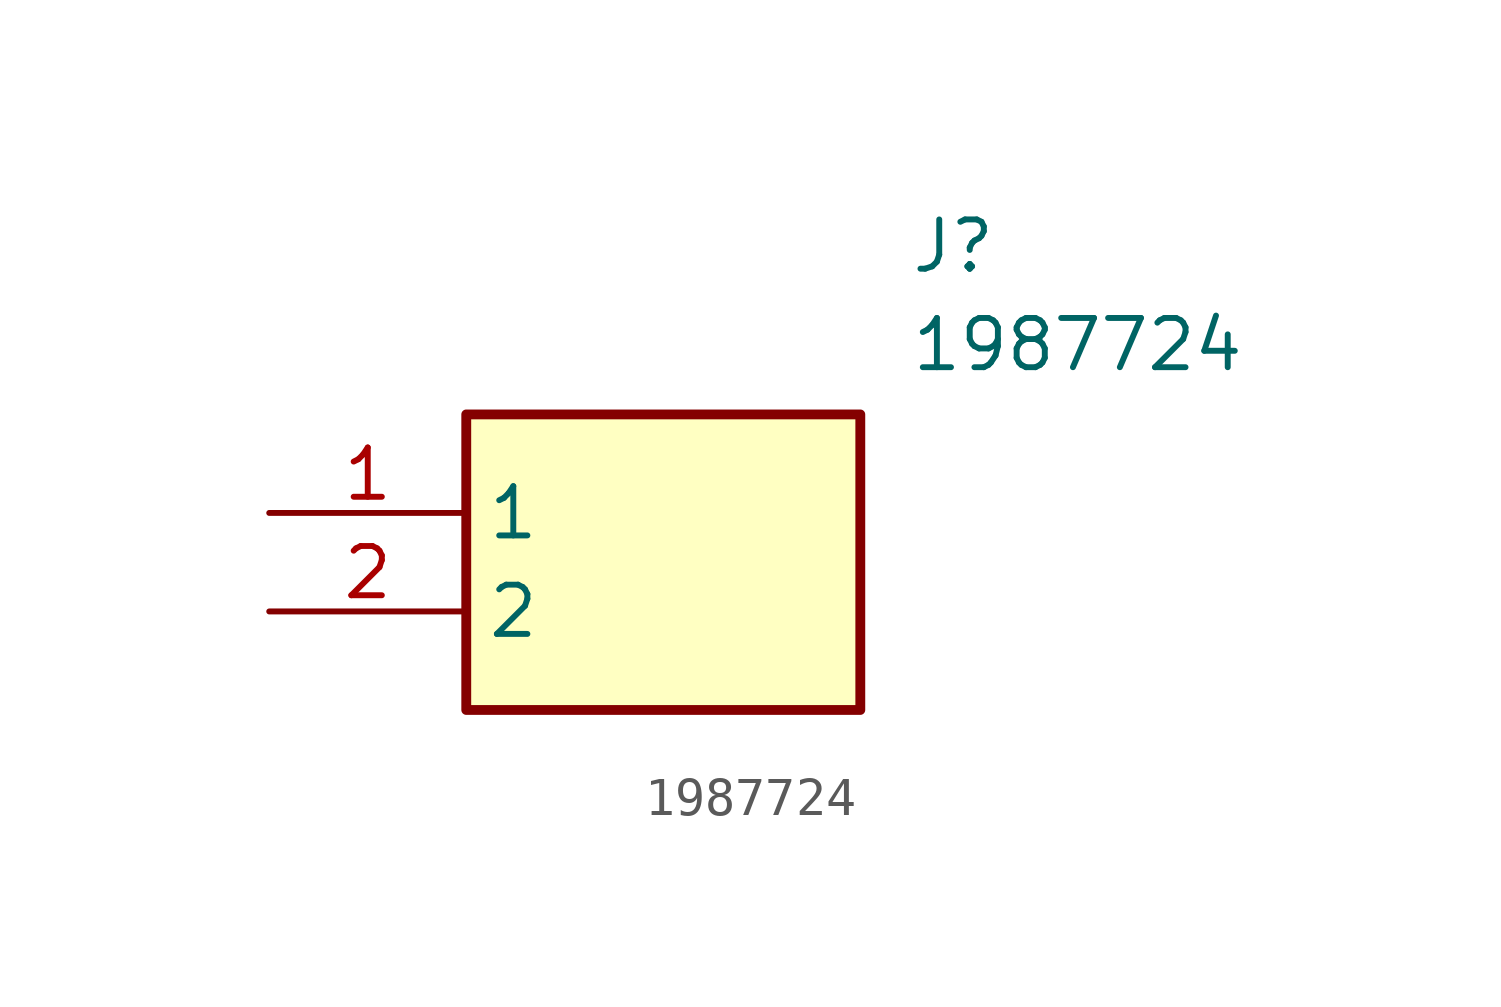
<source format=kicad_sym>
(kicad_symbol_lib
  (version 20211014)
  (generator SamacSys_ECAD_Model)
  (symbol "1987724"
    (property "Reference" "J"
      (at 16.51 7.62 0)
      (effects (font (size 1.27 1.27)) (justify left top)))
    (property "Value" "1987724"
      (at 16.51 5.08 0)
      (effects (font (size 1.27 1.27)) (justify left top)))
    (rectangle
      (start 5.08 2.54)
      (end 15.24 -5.08)
      (stroke (width 0.254) (type default))
      (fill (type background)))
    (pin passive line
      (at 0 0 0)
      (length 5.08)
      (name "1" (effects (font (size 1.27 1.27))))
      (number "1" (effects (font (size 1.27 1.27)))))
    (pin passive line
      (at 0 -2.54 0)
      (length 5.08)
      (name "2" (effects (font (size 1.27 1.27))))
      (number "2" (effects (font (size 1.27 1.27)))))))
</source>
